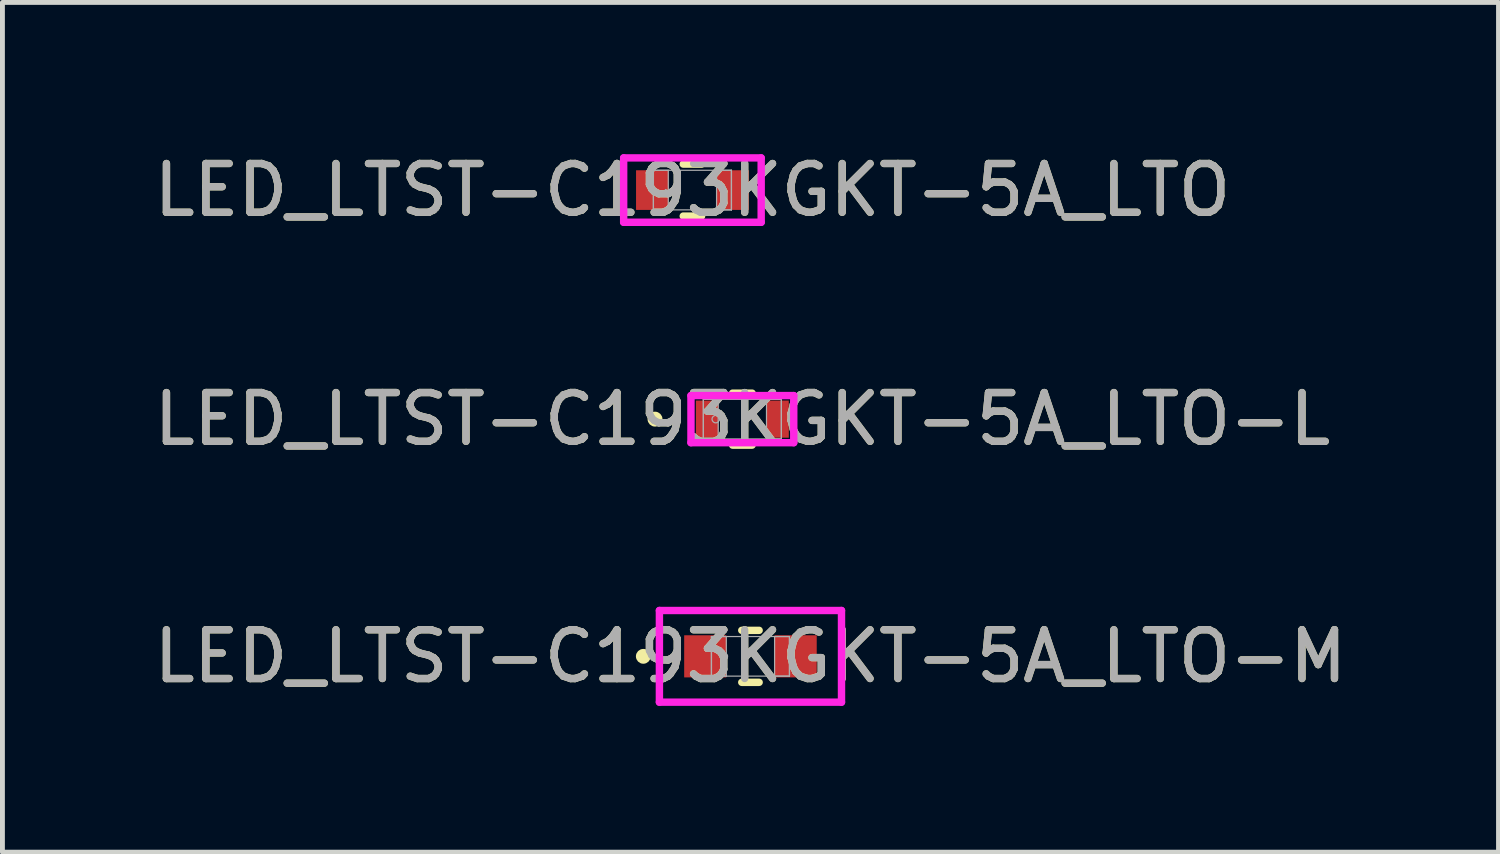
<source format=kicad_pcb>
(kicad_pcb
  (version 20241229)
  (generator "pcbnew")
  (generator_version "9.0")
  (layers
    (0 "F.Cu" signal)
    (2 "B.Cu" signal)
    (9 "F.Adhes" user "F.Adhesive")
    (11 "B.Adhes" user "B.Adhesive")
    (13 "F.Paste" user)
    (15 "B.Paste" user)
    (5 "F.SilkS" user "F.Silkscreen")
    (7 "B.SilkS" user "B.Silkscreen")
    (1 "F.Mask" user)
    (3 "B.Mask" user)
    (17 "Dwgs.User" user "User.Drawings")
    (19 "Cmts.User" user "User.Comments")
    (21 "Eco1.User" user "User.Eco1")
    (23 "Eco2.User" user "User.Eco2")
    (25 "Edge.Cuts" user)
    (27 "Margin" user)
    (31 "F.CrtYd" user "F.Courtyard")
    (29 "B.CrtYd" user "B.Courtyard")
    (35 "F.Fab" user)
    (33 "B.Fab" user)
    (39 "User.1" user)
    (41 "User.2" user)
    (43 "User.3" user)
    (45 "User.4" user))
  (footprint "LED_LTST-C193KGKT-5A_LTO"
    (layer "F.Cu")
    (at 11.149 0.848)
    (property "Reference" "LED_LTST-C193KGKT-5A_LTO" (at 0 0 0) (unlocked yes) (layer "F.SilkS") (effects (font (size 1 1) (thickness 0.15))))
    (attr smd)
    (fp_line (start -0.188 0.533) (end 0.188 0.533) (stroke (width 0.152) (type solid)) (layer "F.SilkS"))
    (fp_line (start 0.188 -0.533) (end -0.188 -0.533) (stroke (width 0.152) (type solid)) (layer "F.SilkS"))
    (fp_line (start -1.41 -0.66) (end 1.41 -0.66) (stroke (width 0.152) (type solid)) (layer "F.CrtYd"))
    (fp_line (start -1.41 0.66) (end -1.41 -0.66) (stroke (width 0.152) (type solid)) (layer "F.CrtYd"))
    (fp_line (start 1.41 -0.66) (end 1.41 0.66) (stroke (width 0.152) (type solid)) (layer "F.CrtYd"))
    (fp_line (start 1.41 0.66) (end -1.41 0.66) (stroke (width 0.152) (type solid)) (layer "F.CrtYd"))
    (fp_line (start -0.8 -0.406) (end -0.8 0.406) (stroke (width 0.025) (type solid)) (layer "F.Fab"))
    (fp_line (start -0.8 -0.406) (end -0.8 0.406) (stroke (width 0.025) (type solid)) (layer "F.Fab"))
    (fp_line (start -0.8 0.406) (end -0.495 0.406) (stroke (width 0.025) (type solid)) (layer "F.Fab"))
    (fp_line (start -0.8 0.406) (end 0.8 0.406) (stroke (width 0.025) (type solid)) (layer "F.Fab"))
    (fp_line (start -0.495 -0.406) (end -0.8 -0.406) (stroke (width 0.025) (type solid)) (layer "F.Fab"))
    (fp_line (start -0.495 0.406) (end -0.495 -0.406) (stroke (width 0.025) (type solid)) (layer "F.Fab"))
    (fp_line (start 0.495 -0.406) (end 0.495 0.406) (stroke (width 0.025) (type solid)) (layer "F.Fab"))
    (fp_line (start 0.495 0.406) (end 0.8 0.406) (stroke (width 0.025) (type solid)) (layer "F.Fab"))
    (fp_line (start 0.8 -0.406) (end -0.8 -0.406) (stroke (width 0.025) (type solid)) (layer "F.Fab"))
    (fp_line (start 0.8 -0.406) (end 0.495 -0.406) (stroke (width 0.025) (type solid)) (layer "F.Fab"))
    (fp_line (start 0.8 0.406) (end 0.8 -0.406) (stroke (width 0.025) (type solid)) (layer "F.Fab"))
    (fp_line (start 0.8 0.406) (end 0.8 -0.406) (stroke (width 0.025) (type solid)) (layer "F.Fab"))
    (fp_circle (center -0.546 0) (end -0.546 0) (stroke (width 0.025) (type solid)) (fill no) (layer "F.Fab"))
    (fp_text user "${REFERENCE}" (at 0 0 0) (unlocked yes) (layer "F.Fab") (effects (font (size 1 1) (thickness 0.15))))
    (pad "1" smd rect (at -0.826 0) (size 0.66 0.813) (layers "F.Cu" "F.Mask" "F.Paste"))
    (pad "2" smd rect (at 0.826 0) (size 0.66 0.813) (layers "F.Cu" "F.Mask" "F.Paste"))
    (zone (net_name "") (layer "F.Cu") (hatch full 0.508) (connect_pads) (min_thickness 0.254) (filled_areas_thickness no) (keepout (tracks not_allowed) (vias not_allowed) (pads allowed) (copperpour not_allowed) (footprints allowed)) (placement (enabled no)) (fill) (polygon (pts (xy 10.704 0.493) (xy 11.593 0.493) (xy 11.593 1.204) (xy 10.704 1.204)))))
  (footprint "LED_LTST-C193KGKT-5A_LTO-M"
    (layer "F.Cu")
    (at 12.339 10.409)
    (property "Reference" "LED_LTST-C193KGKT-5A_LTO-M" (at 0 0 0) (unlocked yes) (layer "F.SilkS") (effects (font (size 1 1) (thickness 0.15))))
    (attr smd)
    (fp_line (start -0.178 0.533) (end 0.178 0.533) (stroke (width 0.152) (type solid)) (layer "F.SilkS"))
    (fp_line (start 0.178 -0.533) (end -0.178 -0.533) (stroke (width 0.152) (type solid)) (layer "F.SilkS"))
    (fp_circle (center -2.197 0) (end -2.121 0) (stroke (width 0.152) (type solid)) (fill no) (layer "F.SilkS"))
    (fp_line (start -1.867 -0.94) (end 1.867 -0.94) (stroke (width 0.152) (type solid)) (layer "F.CrtYd"))
    (fp_line (start -1.867 0.94) (end -1.867 -0.94) (stroke (width 0.152) (type solid)) (layer "F.CrtYd"))
    (fp_line (start 1.867 -0.94) (end 1.867 0.94) (stroke (width 0.152) (type solid)) (layer "F.CrtYd"))
    (fp_line (start 1.867 0.94) (end -1.867 0.94) (stroke (width 0.152) (type solid)) (layer "F.CrtYd"))
    (fp_line (start -0.8 -0.406) (end -0.8 0.406) (stroke (width 0.025) (type solid)) (layer "F.Fab"))
    (fp_line (start -0.8 -0.406) (end -0.8 0.406) (stroke (width 0.025) (type solid)) (layer "F.Fab"))
    (fp_line (start -0.8 0.406) (end -0.495 0.406) (stroke (width 0.025) (type solid)) (layer "F.Fab"))
    (fp_line (start -0.8 0.406) (end 0.8 0.406) (stroke (width 0.025) (type solid)) (layer "F.Fab"))
    (fp_line (start -0.495 -0.406) (end -0.8 -0.406) (stroke (width 0.025) (type solid)) (layer "F.Fab"))
    (fp_line (start -0.495 0.406) (end -0.495 -0.406) (stroke (width 0.025) (type solid)) (layer "F.Fab"))
    (fp_line (start 0.495 -0.406) (end 0.495 0.406) (stroke (width 0.025) (type solid)) (layer "F.Fab"))
    (fp_line (start 0.495 0.406) (end 0.8 0.406) (stroke (width 0.025) (type solid)) (layer "F.Fab"))
    (fp_line (start 0.8 -0.406) (end -0.8 -0.406) (stroke (width 0.025) (type solid)) (layer "F.Fab"))
    (fp_line (start 0.8 -0.406) (end 0.495 -0.406) (stroke (width 0.025) (type solid)) (layer "F.Fab"))
    (fp_line (start 0.8 0.406) (end 0.8 -0.406) (stroke (width 0.025) (type solid)) (layer "F.Fab"))
    (fp_line (start 0.8 0.406) (end 0.8 -0.406) (stroke (width 0.025) (type solid)) (layer "F.Fab"))
    (fp_circle (center -0.546 0) (end -0.47 0) (stroke (width 0.025) (type solid)) (fill no) (layer "F.Fab"))
    (fp_text user "${REFERENCE}" (at 0 0 0) (unlocked yes) (layer "F.Fab") (effects (font (size 1 1) (thickness 0.15))))
    (pad "1" smd rect (at -0.927 0) (size 0.864 0.864) (layers "F.Cu" "F.Mask" "F.Paste"))
    (pad "2" smd rect (at 0.927 0) (size 0.864 0.864) (layers "F.Cu" "F.Mask" "F.Paste"))
    (zone (net_name "") (layer "F.Cu") (hatch full 0.508) (connect_pads) (min_thickness 0.254) (filled_areas_thickness no) (keepout (tracks not_allowed) (vias not_allowed) (pads allowed) (copperpour not_allowed) (footprints allowed)) (placement (enabled no)) (fill) (polygon (pts (xy 11.895 10.053) (xy 12.784 10.053) (xy 12.784 10.765) (xy 11.895 10.765)))))
  (footprint "LED_LTST-C193KGKT-5A_LTO-L"
    (layer "F.Cu")
    (at 12.173 5.545)
    (property "Reference" "LED_LTST-C193KGKT-5A_LTO-L" (at 0 0 0) (unlocked yes) (layer "F.SilkS") (effects (font (size 1 1) (thickness 0.15))))
    (attr smd)
    (fp_line (start -0.2 0.533) (end 0.2 0.533) (stroke (width 0.152) (type solid)) (layer "F.SilkS"))
    (fp_line (start 0.2 -0.533) (end -0.2 -0.533) (stroke (width 0.152) (type solid)) (layer "F.SilkS"))
    (fp_circle (center -1.791 0) (end -1.714 0) (stroke (width 0.152) (type solid)) (fill no) (layer "F.SilkS"))
    (fp_line (start -1.054 -0.483) (end 1.054 -0.483) (stroke (width 0.152) (type solid)) (layer "F.CrtYd"))
    (fp_line (start -1.054 0.483) (end -1.054 -0.483) (stroke (width 0.152) (type solid)) (layer "F.CrtYd"))
    (fp_line (start 1.054 -0.483) (end 1.054 0.483) (stroke (width 0.152) (type solid)) (layer "F.CrtYd"))
    (fp_line (start 1.054 0.483) (end -1.054 0.483) (stroke (width 0.152) (type solid)) (layer "F.CrtYd"))
    (fp_line (start -0.8 -0.406) (end -0.8 0.406) (stroke (width 0.025) (type solid)) (layer "F.Fab"))
    (fp_line (start -0.8 -0.406) (end -0.8 0.406) (stroke (width 0.025) (type solid)) (layer "F.Fab"))
    (fp_line (start -0.8 0.406) (end -0.495 0.406) (stroke (width 0.025) (type solid)) (layer "F.Fab"))
    (fp_line (start -0.8 0.406) (end 0.8 0.406) (stroke (width 0.025) (type solid)) (layer "F.Fab"))
    (fp_line (start -0.495 -0.406) (end -0.8 -0.406) (stroke (width 0.025) (type solid)) (layer "F.Fab"))
    (fp_line (start -0.495 0.406) (end -0.495 -0.406) (stroke (width 0.025) (type solid)) (layer "F.Fab"))
    (fp_line (start 0.495 -0.406) (end 0.495 0.406) (stroke (width 0.025) (type solid)) (layer "F.Fab"))
    (fp_line (start 0.495 0.406) (end 0.8 0.406) (stroke (width 0.025) (type solid)) (layer "F.Fab"))
    (fp_line (start 0.8 -0.406) (end -0.8 -0.406) (stroke (width 0.025) (type solid)) (layer "F.Fab"))
    (fp_line (start 0.8 -0.406) (end 0.495 -0.406) (stroke (width 0.025) (type solid)) (layer "F.Fab"))
    (fp_line (start 0.8 0.406) (end 0.8 -0.406) (stroke (width 0.025) (type solid)) (layer "F.Fab"))
    (fp_line (start 0.8 0.406) (end 0.8 -0.406) (stroke (width 0.025) (type solid)) (layer "F.Fab"))
    (fp_circle (center -0.546 0) (end -0.47 0) (stroke (width 0.025) (type solid)) (fill no) (layer "F.Fab"))
    (fp_text user "${REFERENCE}" (at 0 0 0) (unlocked yes) (layer "F.Fab") (effects (font (size 1 1) (thickness 0.15))))
    (pad "1" smd rect (at -0.724 0) (size 0.457 0.762) (layers "F.Cu" "F.Mask" "F.Paste"))
    (pad "2" smd rect (at 0.724 0) (size 0.457 0.762) (layers "F.Cu" "F.Mask" "F.Paste"))
    (zone (net_name "") (layer "F.Cu") (hatch full 0.508) (connect_pads) (min_thickness 0.254) (filled_areas_thickness no) (keepout (tracks not_allowed) (vias not_allowed) (pads allowed) (copperpour not_allowed) (footprints allowed)) (placement (enabled no)) (fill) (polygon (pts (xy 11.728 5.189) (xy 12.617 5.189) (xy 12.617 5.9) (xy 11.728 5.9)))))
  (gr_rect
    (start -3 -3)
    (end 27.679 14.425)
    (stroke (width 0.1) (type default))
    (fill no)
    (layer "Edge.Cuts")))
</source>
